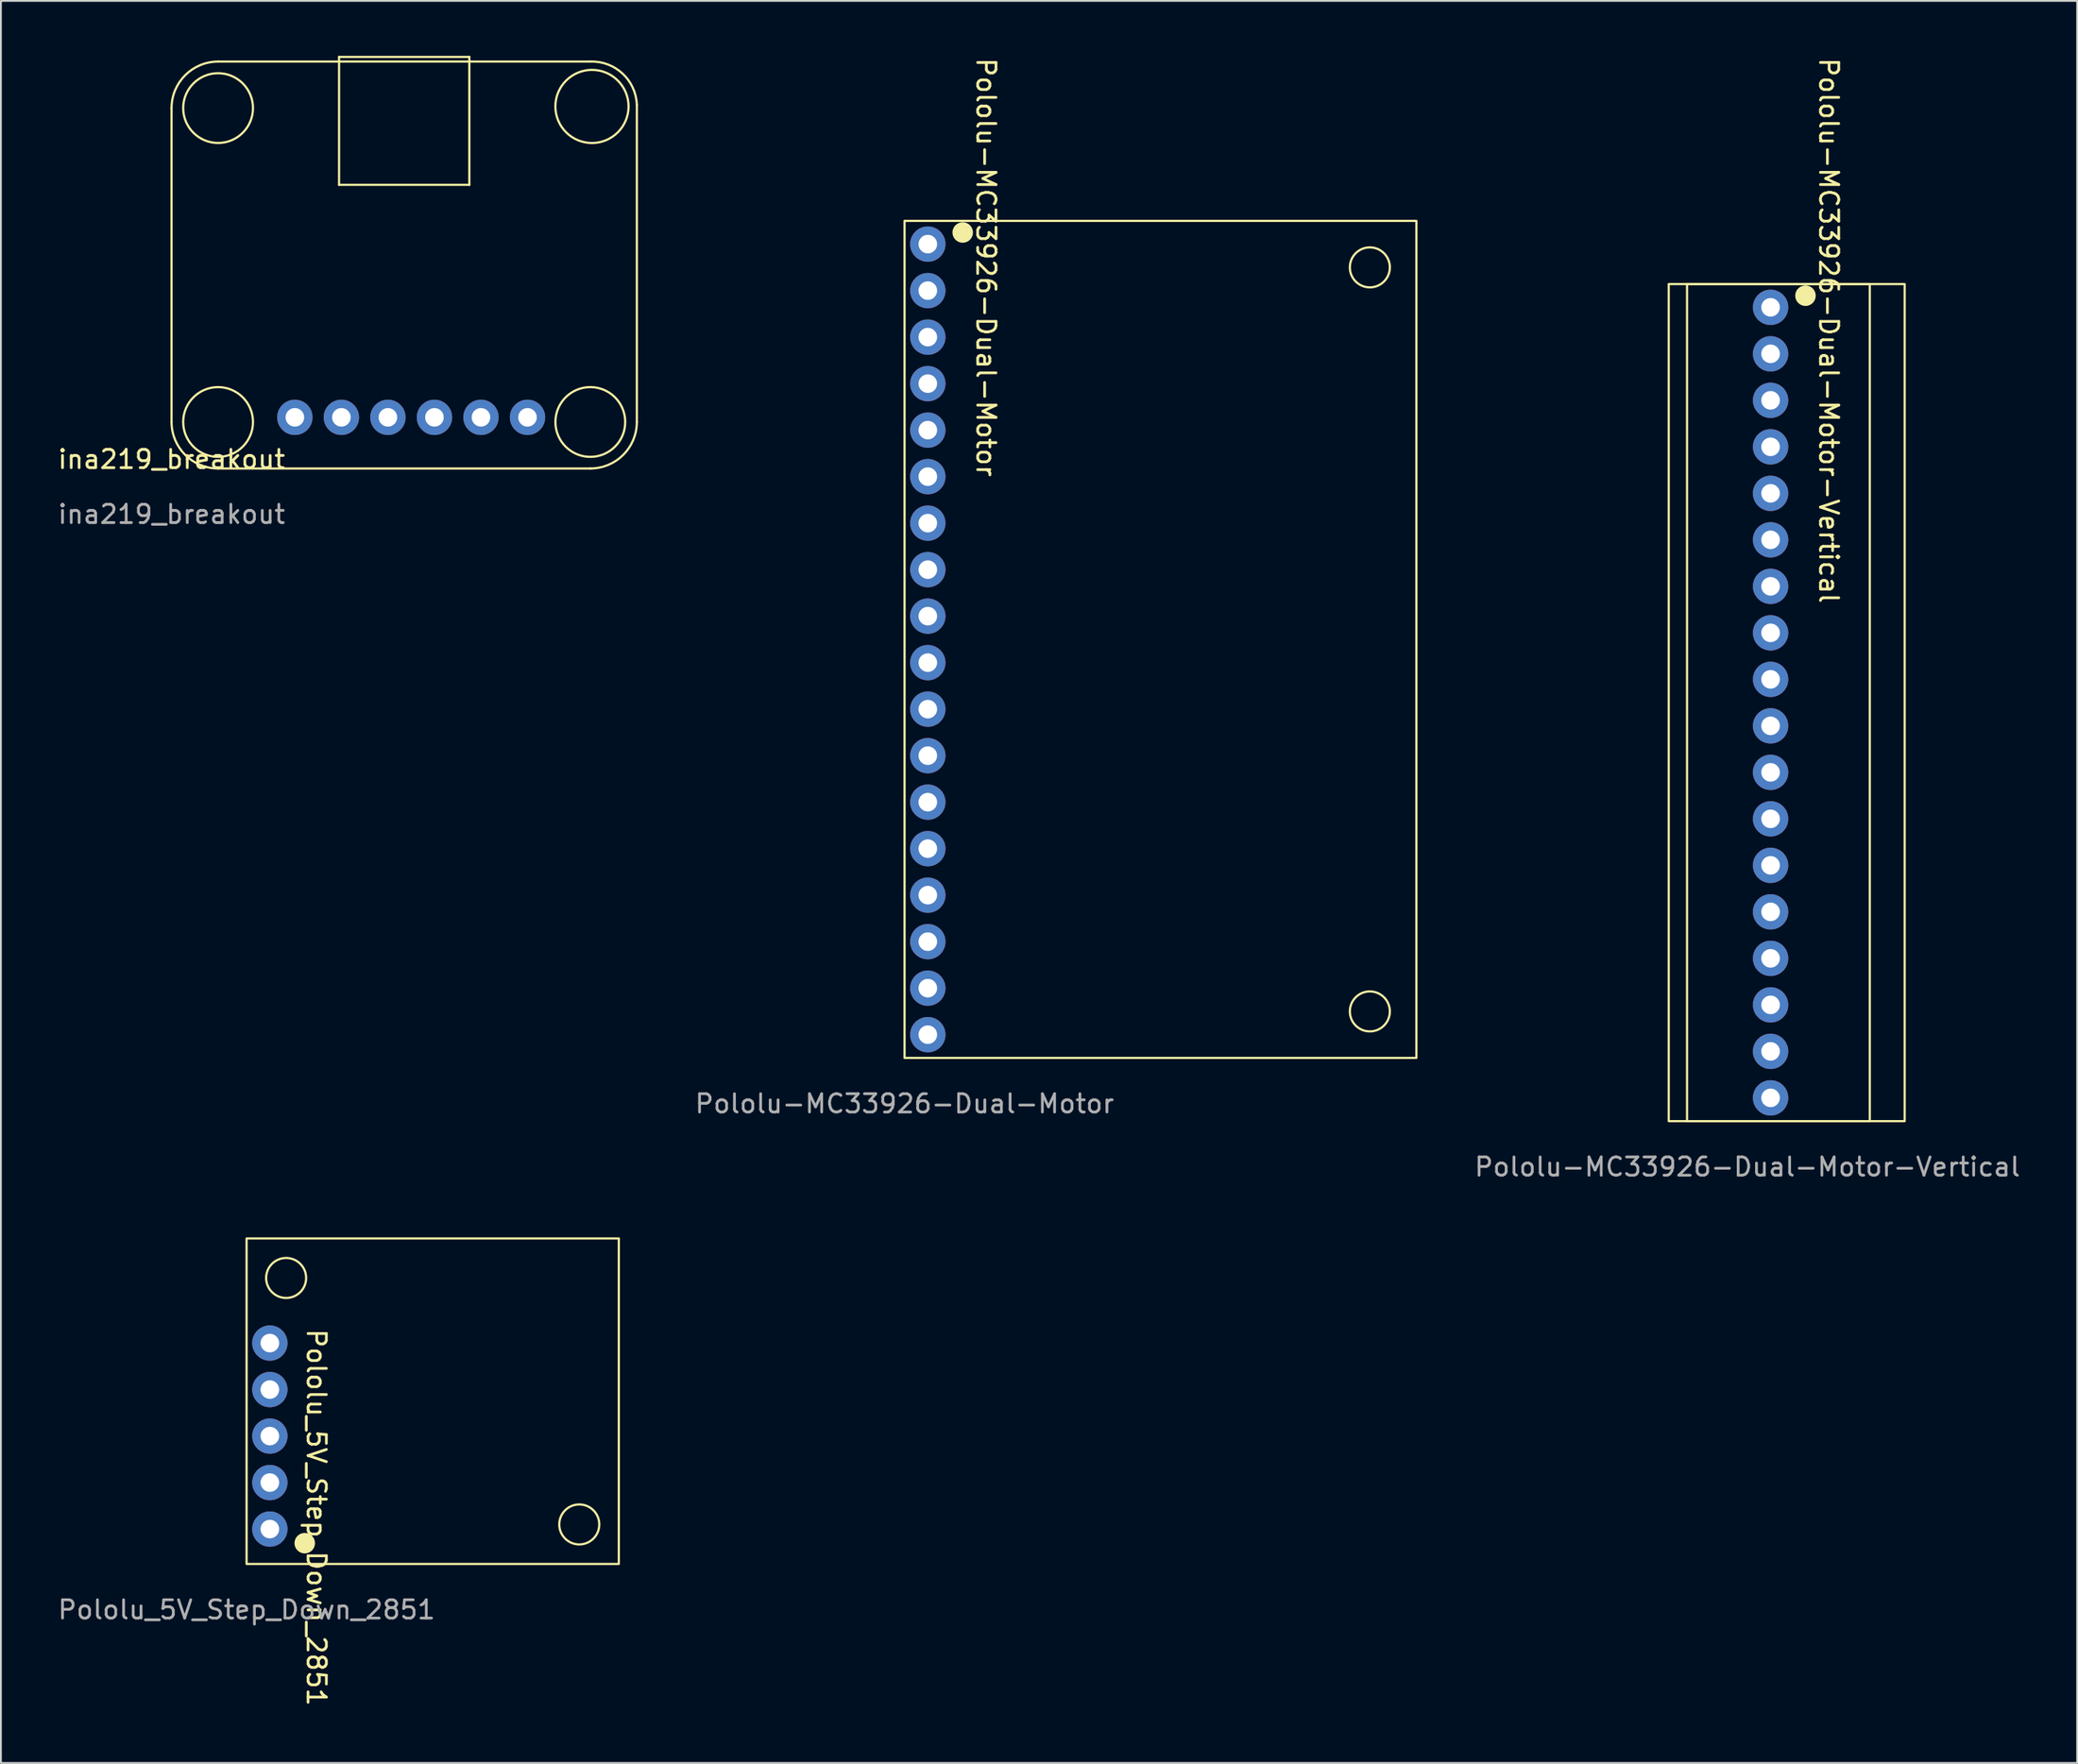
<source format=kicad_pcb>
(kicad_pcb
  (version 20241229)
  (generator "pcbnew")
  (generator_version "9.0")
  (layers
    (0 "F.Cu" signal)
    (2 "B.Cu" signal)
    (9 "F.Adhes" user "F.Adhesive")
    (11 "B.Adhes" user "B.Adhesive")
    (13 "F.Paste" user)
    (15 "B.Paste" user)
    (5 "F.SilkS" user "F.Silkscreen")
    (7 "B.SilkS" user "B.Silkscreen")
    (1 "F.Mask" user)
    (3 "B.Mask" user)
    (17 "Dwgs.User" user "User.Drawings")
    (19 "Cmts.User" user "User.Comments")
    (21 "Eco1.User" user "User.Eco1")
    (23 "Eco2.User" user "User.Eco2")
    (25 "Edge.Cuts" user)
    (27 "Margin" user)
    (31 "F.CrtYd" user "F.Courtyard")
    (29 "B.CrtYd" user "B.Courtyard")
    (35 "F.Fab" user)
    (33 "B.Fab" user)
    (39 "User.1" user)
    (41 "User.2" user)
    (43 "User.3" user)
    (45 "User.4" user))
  (footprint "Pololu-MC33926-Dual-Motor"
    (layer "F.Cu")
    (at 46.329 54.734)
    (property "Reference" "Pololu-MC33926-Dual-Motor" (at 4.445 -43.18 270) (unlocked yes) (layer "F.SilkS") (effects (font (size 1 1) (thickness 0.15))))
    (attr smd)
    (fp_rect (start 0 0) (end 27.94 -45.72) (stroke (width 0.12) (type solid)) (fill no) (layer "F.SilkS"))
    (fp_circle (center 3.175 -45.085) (end 3.675 -45.085) (stroke (width 0.12) (type solid)) (fill yes) (layer "F.SilkS"))
    (fp_circle (center 25.4 -43.18) (end 26.492 -43.18) (stroke (width 0.12) (type solid)) (fill no) (layer "F.SilkS"))
    (fp_circle (center 25.4 -2.54) (end 26.492 -2.54) (stroke (width 0.12) (type solid)) (fill no) (layer "F.SilkS"))
    (fp_text user "${REFERENCE}" (at 0 2.5 0) (unlocked yes) (layer "F.Fab") (effects (font (size 1 1) (thickness 0.15))))
    (pad "1" thru_hole circle (at 1.27 -44.45) (size 1.93 1.93) (drill 1.016) (layers "*.Cu" "*.Mask"))
    (pad "2" thru_hole circle (at 1.27 -41.91) (size 1.93 1.93) (drill 1.016) (layers "*.Cu" "*.Mask"))
    (pad "3" thru_hole circle (at 1.27 -39.37) (size 1.93 1.93) (drill 1.016) (layers "*.Cu" "*.Mask"))
    (pad "4" thru_hole circle (at 1.27 -36.83) (size 1.93 1.93) (drill 1.016) (layers "*.Cu" "*.Mask"))
    (pad "5" thru_hole circle (at 1.27 -34.29) (size 1.93 1.93) (drill 1.016) (layers "*.Cu" "*.Mask"))
    (pad "6" thru_hole circle (at 1.27 -31.75) (size 1.93 1.93) (drill 1.016) (layers "*.Cu" "*.Mask"))
    (pad "7" thru_hole circle (at 1.27 -29.21) (size 1.93 1.93) (drill 1.016) (layers "*.Cu" "*.Mask"))
    (pad "8" thru_hole circle (at 1.27 -26.67) (size 1.93 1.93) (drill 1.016) (layers "*.Cu" "*.Mask"))
    (pad "9" thru_hole circle (at 1.27 -24.13) (size 1.93 1.93) (drill 1.016) (layers "*.Cu" "*.Mask"))
    (pad "10" thru_hole circle (at 1.27 -21.59) (size 1.93 1.93) (drill 1.016) (layers "*.Cu" "*.Mask"))
    (pad "11" thru_hole circle (at 1.27 -19.05) (size 1.93 1.93) (drill 1.016) (layers "*.Cu" "*.Mask"))
    (pad "12" thru_hole circle (at 1.27 -16.51) (size 1.93 1.93) (drill 1.016) (layers "*.Cu" "*.Mask"))
    (pad "13" thru_hole circle (at 1.27 -13.97) (size 1.93 1.93) (drill 1.016) (layers "*.Cu" "*.Mask"))
    (pad "14" thru_hole circle (at 1.27 -11.43) (size 1.93 1.93) (drill 1.016) (layers "*.Cu" "*.Mask"))
    (pad "15" thru_hole circle (at 1.27 -8.89) (size 1.93 1.93) (drill 1.016) (layers "*.Cu" "*.Mask"))
    (pad "16" thru_hole circle (at 1.27 -6.35) (size 1.93 1.93) (drill 1.016) (layers "*.Cu" "*.Mask"))
    (pad "17" thru_hole circle (at 1.27 -3.81) (size 1.93 1.93) (drill 1.016) (layers "*.Cu" "*.Mask"))
    (pad "18" thru_hole circle (at 1.27 -1.27) (size 1.93 1.93) (drill 1.016) (layers "*.Cu" "*.Mask")))
  (footprint "ina219_breakout"
    (layer "F.Cu")
    (at 6.315 22.539)
    (property "Reference" "ina219_breakout" (at 0 -0.5 0) (unlocked yes) (layer "F.SilkS") (effects (font (size 1 1) (thickness 0.15))))
    (attr smd)
    (fp_line (start 0 -2.54) (end 0 -19.685) (stroke (width 0.12) (type solid)) (layer "F.SilkS"))
    (fp_line (start 2.54 -22.225) (end 22.86 -22.225) (stroke (width 0.12) (type solid)) (layer "F.SilkS"))
    (fp_line (start 9.144 -22.479) (end 16.256 -22.479) (stroke (width 0.12) (type solid)) (layer "F.SilkS"))
    (fp_line (start 9.144 -15.494) (end 9.144 -22.479) (stroke (width 0.12) (type solid)) (layer "F.SilkS"))
    (fp_line (start 16.256 -22.479) (end 16.256 -15.494) (stroke (width 0.12) (type solid)) (layer "F.SilkS"))
    (fp_line (start 16.256 -15.494) (end 9.144 -15.494) (stroke (width 0.12) (type solid)) (layer "F.SilkS"))
    (fp_line (start 22.86 0) (end 2.54 0) (stroke (width 0.12) (type solid)) (layer "F.SilkS"))
    (fp_line (start 25.4 -2.54) (end 25.4 -19.865) (stroke (width 0.12) (type solid)) (layer "F.SilkS"))
    (fp_arc (start 0 -19.685) (mid 0.743949 -21.481051) (end 2.54 -22.225) (stroke (width 0.12) (type solid)) (layer "F.SilkS"))
    (fp_arc (start 2.54 0) (mid 0.743949 -0.743949) (end 0 -2.54) (stroke (width 0.12) (type solid)) (layer "F.SilkS"))
    (fp_arc (start 22.86 -22.225) (mid 24.618772 -21.571051) (end 25.4 -19.865) (stroke (width 0.12) (type solid)) (layer "F.SilkS"))
    (fp_arc (start 25.4 -2.54) (mid 24.656051 -0.743949) (end 22.86 0) (stroke (width 0.12) (type solid)) (layer "F.SilkS"))
    (fp_circle (center 2.54 -19.685) (end 2.54 -17.78) (stroke (width 0.12) (type solid)) (fill no) (layer "F.SilkS"))
    (fp_circle (center 2.54 -2.54) (end 4.445 -2.54) (stroke (width 0.12) (type solid)) (fill no) (layer "F.SilkS"))
    (fp_circle (center 22.86 -2.54) (end 24.765 -2.54) (stroke (width 0.12) (type solid)) (fill no) (layer "F.SilkS"))
    (fp_circle (center 22.95 -19.775) (end 22.86 -17.78) (stroke (width 0.12) (type solid)) (fill no) (layer "F.SilkS"))
    (fp_text user "${REFERENCE}" (at 0 2.5 0) (unlocked yes) (layer "F.Fab") (effects (font (size 1 1) (thickness 0.15))))
    (pad "GND" thru_hole circle (at 9.271 -2.794) (size 1.93 1.93) (drill 1.016) (layers "*.Cu" "*.Mask"))
    (pad "SCL" thru_hole circle (at 11.811 -2.794) (size 1.93 1.93) (drill 1.016) (layers "*.Cu" "*.Mask"))
    (pad "SDA" thru_hole circle (at 14.351 -2.794) (size 1.93 1.93) (drill 1.016) (layers "*.Cu" "*.Mask"))
    (pad "VCC" thru_hole circle (at 6.731 -2.794) (size 1.93 1.93) (drill 1.016) (layers "*.Cu" "*.Mask"))
    (pad "VIN+" thru_hole circle (at 19.431 -2.794) (size 1.93 1.93) (drill 1.016) (layers "*.Cu" "*.Mask"))
    (pad "VIN-" thru_hole circle (at 16.891 -2.794) (size 1.93 1.93) (drill 1.016) (layers "*.Cu" "*.Mask")))
  (footprint "Pololu-MC33926-Dual-Motor-Vertical"
    (layer "F.Cu")
    (at 92.335 58.186)
    (property "Reference" "Pololu-MC33926-Dual-Motor-Vertical" (at 4.445 -43.18 270) (unlocked yes) (layer "F.SilkS") (effects (font (size 1 1) (thickness 0.15))))
    (attr smd)
    (fp_rect (start -4.29 0) (end 8.59 -45.72) (stroke (width 0.12) (type solid)) (fill no) (layer "F.SilkS"))
    (fp_rect (start -3.29 0) (end 6.685 -45.72) (stroke (width 0.12) (type solid)) (fill no) (layer "F.SilkS"))
    (fp_circle (center 3.175 -45.085) (end 3.675 -45.085) (stroke (width 0.12) (type solid)) (fill yes) (layer "F.SilkS"))
    (fp_text user "${REFERENCE}" (at 0 2.5 0) (unlocked yes) (layer "F.Fab") (effects (font (size 1 1) (thickness 0.15))))
    (pad "1" thru_hole circle (at 1.27 -44.45) (size 1.93 1.93) (drill 1.016) (layers "*.Cu" "*.Mask"))
    (pad "2" thru_hole circle (at 1.27 -41.91) (size 1.93 1.93) (drill 1.016) (layers "*.Cu" "*.Mask"))
    (pad "3" thru_hole circle (at 1.27 -39.37) (size 1.93 1.93) (drill 1.016) (layers "*.Cu" "*.Mask"))
    (pad "4" thru_hole circle (at 1.27 -36.83) (size 1.93 1.93) (drill 1.016) (layers "*.Cu" "*.Mask"))
    (pad "5" thru_hole circle (at 1.27 -34.29) (size 1.93 1.93) (drill 1.016) (layers "*.Cu" "*.Mask"))
    (pad "6" thru_hole circle (at 1.27 -31.75) (size 1.93 1.93) (drill 1.016) (layers "*.Cu" "*.Mask"))
    (pad "7" thru_hole circle (at 1.27 -29.21) (size 1.93 1.93) (drill 1.016) (layers "*.Cu" "*.Mask"))
    (pad "8" thru_hole circle (at 1.27 -26.67) (size 1.93 1.93) (drill 1.016) (layers "*.Cu" "*.Mask"))
    (pad "9" thru_hole circle (at 1.27 -24.13) (size 1.93 1.93) (drill 1.016) (layers "*.Cu" "*.Mask"))
    (pad "10" thru_hole circle (at 1.27 -21.59) (size 1.93 1.93) (drill 1.016) (layers "*.Cu" "*.Mask"))
    (pad "11" thru_hole circle (at 1.27 -19.05) (size 1.93 1.93) (drill 1.016) (layers "*.Cu" "*.Mask"))
    (pad "12" thru_hole circle (at 1.27 -16.51) (size 1.93 1.93) (drill 1.016) (layers "*.Cu" "*.Mask"))
    (pad "13" thru_hole circle (at 1.27 -13.97) (size 1.93 1.93) (drill 1.016) (layers "*.Cu" "*.Mask"))
    (pad "14" thru_hole circle (at 1.27 -11.43) (size 1.93 1.93) (drill 1.016) (layers "*.Cu" "*.Mask"))
    (pad "15" thru_hole circle (at 1.27 -8.89) (size 1.93 1.93) (drill 1.016) (layers "*.Cu" "*.Mask"))
    (pad "16" thru_hole circle (at 1.27 -6.35) (size 1.93 1.93) (drill 1.016) (layers "*.Cu" "*.Mask"))
    (pad "17" thru_hole circle (at 1.27 -3.81) (size 1.93 1.93) (drill 1.016) (layers "*.Cu" "*.Mask"))
    (pad "18" thru_hole circle (at 1.27 -1.27) (size 1.93 1.93) (drill 1.016) (layers "*.Cu" "*.Mask")))
  (footprint "Pololu_5V_Step_Down_2851"
    (layer "F.Cu")
    (at 10.411 82.374)
    (property "Reference" "Pololu_5V_Step_Down_2851" (at 3.81 -2.54 270) (unlocked yes) (layer "F.SilkS") (effects (font (size 1 1) (thickness 0.15))))
    (attr smd)
    (fp_rect (start 0 0) (end 20.32 -17.78) (stroke (width 0.12) (type solid)) (fill no) (layer "F.SilkS"))
    (fp_circle (center 2.159 -15.621) (end 3.251 -15.621) (stroke (width 0.12) (type solid)) (fill no) (layer "F.SilkS"))
    (fp_circle (center 3.175 -1.135) (end 3.675 -1.135) (stroke (width 0.12) (type solid)) (fill yes) (layer "F.SilkS"))
    (fp_circle (center 18.161 -2.159) (end 19.253 -2.159) (stroke (width 0.12) (type solid)) (fill no) (layer "F.SilkS"))
    (fp_text user "${REFERENCE}" (at 0 2.5 0) (unlocked yes) (layer "F.Fab") (effects (font (size 1 1) (thickness 0.15))))
    (pad "1" thru_hole circle (at 1.27 -1.905) (size 1.93 1.93) (drill 1.016) (layers "*.Cu" "*.Mask"))
    (pad "2" thru_hole circle (at 1.27 -6.985) (size 1.93 1.93) (drill 1.016) (layers "*.Cu" "*.Mask"))
    (pad "2" thru_hole circle (at 1.27 -4.445) (size 1.93 1.93) (drill 1.016) (layers "*.Cu" "*.Mask"))
    (pad "3" thru_hole circle (at 1.27 -9.525) (size 1.93 1.93) (drill 1.016) (layers "*.Cu" "*.Mask"))
    (pad "4" thru_hole circle (at 1.27 -12.065) (size 1.93 1.93) (drill 1.016) (layers "*.Cu" "*.Mask")))
  (gr_rect
    (start -3 -3)
    (end 110.341 93.245)
    (stroke (width 0.1) (type default))
    (fill no)
    (layer "Edge.Cuts")))
</source>
